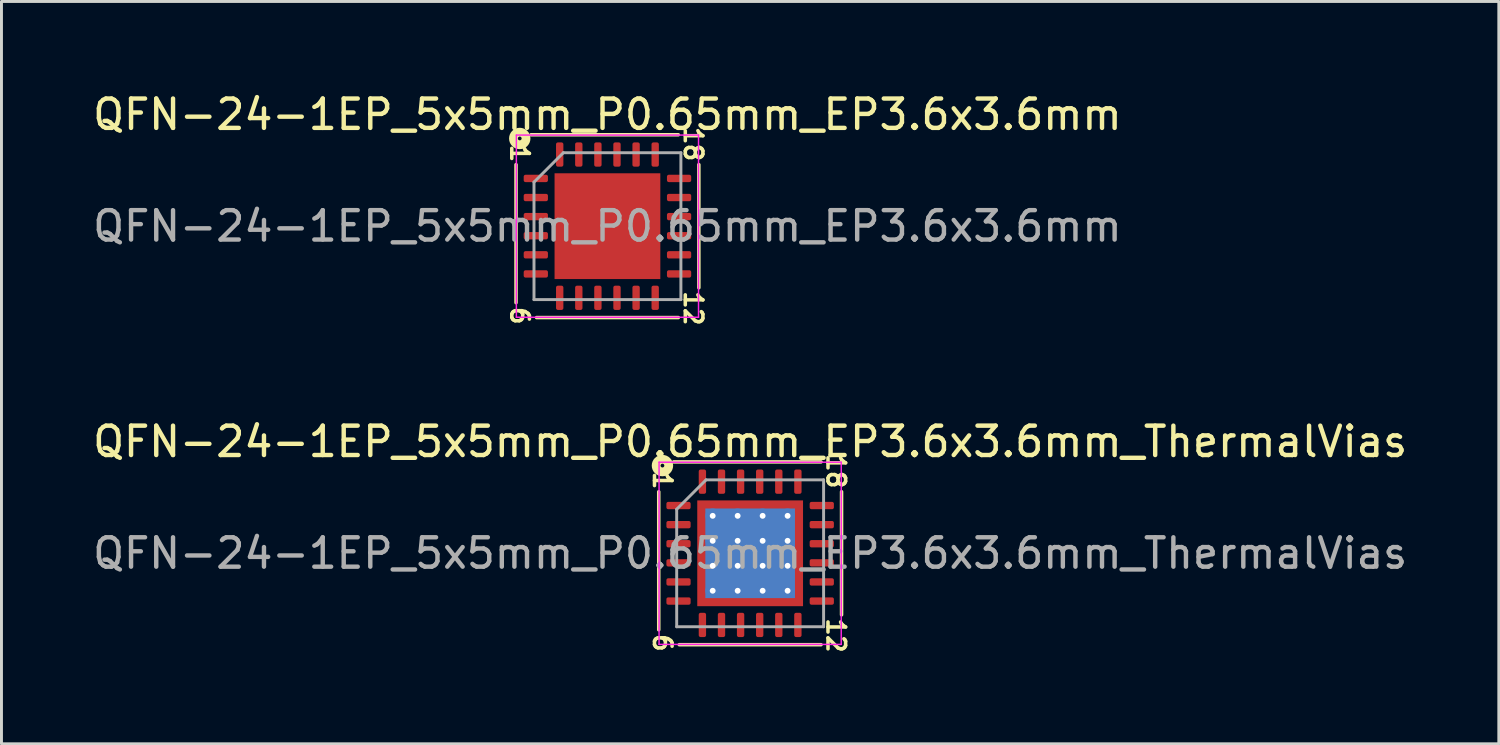
<source format=kicad_pcb>
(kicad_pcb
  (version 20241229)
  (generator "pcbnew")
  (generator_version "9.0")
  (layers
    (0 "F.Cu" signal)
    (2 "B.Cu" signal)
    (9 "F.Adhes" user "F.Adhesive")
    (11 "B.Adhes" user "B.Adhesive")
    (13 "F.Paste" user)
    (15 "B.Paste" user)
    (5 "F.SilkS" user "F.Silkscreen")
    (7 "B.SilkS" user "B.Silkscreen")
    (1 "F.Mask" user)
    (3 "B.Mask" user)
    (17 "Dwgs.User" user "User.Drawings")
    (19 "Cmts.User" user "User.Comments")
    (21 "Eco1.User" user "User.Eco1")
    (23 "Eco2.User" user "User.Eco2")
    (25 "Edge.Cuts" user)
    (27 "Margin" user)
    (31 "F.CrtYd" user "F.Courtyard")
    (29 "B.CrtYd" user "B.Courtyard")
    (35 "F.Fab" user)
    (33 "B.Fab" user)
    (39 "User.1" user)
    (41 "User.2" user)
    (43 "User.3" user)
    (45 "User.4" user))
  (footprint "QFN-24-1EP_5x5mm_P0.65mm_EP3.6x3.6mm_ThermalVias"
    (layer "F.Cu")
    (at 22.482 15.782)
    (property "Reference" "QFN-24-1EP_5x5mm_P0.65mm_EP3.6x3.6mm_ThermalVias" (at 0 -3.8 0) (layer "F.SilkS") (effects (font (size 1 1) (thickness 0.15))))
    (attr smd)
    (fp_line (start -3.111 -2.095) (end -3.111 2.603) (stroke (width 0.12) (type solid)) (layer "F.SilkS"))
    (fp_line (start -2.413 3.111) (end 2.413 3.111) (stroke (width 0.12) (type solid)) (layer "F.SilkS"))
    (fp_line (start 2.413 -3.111) (end -2.603 -3.111) (stroke (width 0.12) (type solid)) (layer "F.SilkS"))
    (fp_line (start 3.111 2.095) (end 3.111 -2.095) (stroke (width 0.12) (type solid)) (layer "F.SilkS"))
    (fp_circle (center -2.985 -2.985) (end -2.921 -2.985) (stroke (width 0.3) (type solid)) (fill no) (layer "F.SilkS"))
    (fp_line (start -3.1 -3.1) (end -3.1 3.1) (stroke (width 0.05) (type solid)) (layer "F.CrtYd"))
    (fp_line (start -3.1 3.1) (end 3.1 3.1) (stroke (width 0.05) (type solid)) (layer "F.CrtYd"))
    (fp_line (start 3.1 -3.1) (end -3.1 -3.1) (stroke (width 0.05) (type solid)) (layer "F.CrtYd"))
    (fp_line (start 3.1 3.1) (end 3.1 -3.1) (stroke (width 0.05) (type solid)) (layer "F.CrtYd"))
    (fp_line (start -2.5 -1.5) (end -1.5 -2.5) (stroke (width 0.1) (type solid)) (layer "F.Fab"))
    (fp_line (start -2.5 2.5) (end -2.5 -1.5) (stroke (width 0.1) (type solid)) (layer "F.Fab"))
    (fp_line (start -1.5 -2.5) (end 2.5 -2.5) (stroke (width 0.1) (type solid)) (layer "F.Fab"))
    (fp_line (start 2.5 -2.5) (end 2.5 2.5) (stroke (width 0.1) (type solid)) (layer "F.Fab"))
    (fp_line (start 2.5 2.5) (end -2.5 2.5) (stroke (width 0.1) (type solid)) (layer "F.Fab"))
    (fp_text user "1" (at -2.985 -2.477 270) (unlocked yes) (layer "F.SilkS") (effects (font (size 0.6 0.6) (thickness 0.12))))
    (fp_text user "12" (at 2.921 2.794 270) (unlocked yes) (layer "F.SilkS") (effects (font (size 0.6 0.6) (thickness 0.12))))
    (fp_text user "6" (at -2.985 3.048 270) (unlocked yes) (layer "F.SilkS") (effects (font (size 0.6 0.6) (thickness 0.12))))
    (fp_text user "18" (at 2.921 -2.794 270) (unlocked yes) (layer "F.SilkS") (effects (font (size 0.6 0.6) (thickness 0.12))))
    (fp_text user "${REFERENCE}" (at 0 0 0) (layer "F.Fab") (effects (font (size 1 1) (thickness 0.15))))
    (pad "" smd custom (at -1.538 -1.538) (size 0.295 0.295) (layers "F.Paste") (options (anchor circle)) (primitives (gr_poly (pts (xy 0.106 -0.013) (xy -0.013 0.106) (xy -0.106 0.106) (xy -0.106 -0.106) (xy 0.106 -0.106)) (width 0.212) (fill yes))))
    (pad "" smd custom (at -1.538 -0.85) (size 0.317 0.317) (layers "F.Paste") (options (anchor circle)) (primitives (gr_poly (pts (xy 0.106 -0.149) (xy 0.106 0.149) (xy 0.018 0.237) (xy -0.106 0.237) (xy -0.106 -0.237) (xy 0.018 -0.237)) (width 0.212) (fill yes))))
    (pad "" smd custom (at -1.538 0) (size 0.317 0.317) (layers "F.Paste") (options (anchor circle)) (primitives (gr_poly (pts (xy 0.106 -0.149) (xy 0.106 0.149) (xy 0.018 0.237) (xy -0.106 0.237) (xy -0.106 -0.237) (xy 0.018 -0.237)) (width 0.212) (fill yes))))
    (pad "" smd custom (at -1.538 0.85) (size 0.317 0.317) (layers "F.Paste") (options (anchor circle)) (primitives (gr_poly (pts (xy 0.106 -0.149) (xy 0.106 0.149) (xy 0.018 0.237) (xy -0.106 0.237) (xy -0.106 -0.237) (xy 0.018 -0.237)) (width 0.212) (fill yes))))
    (pad "" smd custom (at -1.538 1.538) (size 0.295 0.295) (layers "F.Paste") (options (anchor circle)) (primitives (gr_poly (pts (xy 0.106 0.013) (xy 0.106 0.106) (xy -0.106 0.106) (xy -0.106 -0.106) (xy -0.013 -0.106)) (width 0.212) (fill yes))))
    (pad "" smd custom (at -0.85 -1.538) (size 0.317 0.317) (layers "F.Paste") (options (anchor circle)) (primitives (gr_poly (pts (xy 0.237 0.018) (xy 0.149 0.106) (xy -0.149 0.106) (xy -0.237 0.018) (xy -0.237 -0.106) (xy 0.237 -0.106)) (width 0.212) (fill yes))))
    (pad "" smd custom (at -0.85 -0.85) (size 0.602 0.602) (layers "F.Paste") (options (anchor circle)) (primitives (gr_poly (pts (xy 0.259 -0.19) (xy 0.259 0.19) (xy 0.19 0.259) (xy -0.19 0.259) (xy -0.259 0.19) (xy -0.259 -0.19) (xy -0.19 -0.259) (xy 0.19 -0.259)) (width 0.167) (fill yes))))
    (pad "" smd custom (at -0.85 0) (size 0.602 0.602) (layers "F.Paste") (options (anchor circle)) (primitives (gr_poly (pts (xy 0.259 -0.19) (xy 0.259 0.19) (xy 0.19 0.259) (xy -0.19 0.259) (xy -0.259 0.19) (xy -0.259 -0.19) (xy -0.19 -0.259) (xy 0.19 -0.259)) (width 0.167) (fill yes))))
    (pad "" smd custom (at -0.85 0.85) (size 0.602 0.602) (layers "F.Paste") (options (anchor circle)) (primitives (gr_poly (pts (xy 0.259 -0.19) (xy 0.259 0.19) (xy 0.19 0.259) (xy -0.19 0.259) (xy -0.259 0.19) (xy -0.259 -0.19) (xy -0.19 -0.259) (xy 0.19 -0.259)) (width 0.167) (fill yes))))
    (pad "" smd custom (at -0.85 1.538) (size 0.317 0.317) (layers "F.Paste") (options (anchor circle)) (primitives (gr_poly (pts (xy 0.237 -0.018) (xy 0.237 0.106) (xy -0.237 0.106) (xy -0.237 -0.018) (xy -0.149 -0.106) (xy 0.149 -0.106)) (width 0.212) (fill yes))))
    (pad "" smd custom (at 0 -1.538) (size 0.317 0.317) (layers "F.Paste") (options (anchor circle)) (primitives (gr_poly (pts (xy 0.237 0.018) (xy 0.149 0.106) (xy -0.149 0.106) (xy -0.237 0.018) (xy -0.237 -0.106) (xy 0.237 -0.106)) (width 0.212) (fill yes))))
    (pad "" smd custom (at 0 -0.85) (size 0.602 0.602) (layers "F.Paste") (options (anchor circle)) (primitives (gr_poly (pts (xy 0.259 -0.19) (xy 0.259 0.19) (xy 0.19 0.259) (xy -0.19 0.259) (xy -0.259 0.19) (xy -0.259 -0.19) (xy -0.19 -0.259) (xy 0.19 -0.259)) (width 0.167) (fill yes))))
    (pad "" smd custom (at 0 0) (size 0.602 0.602) (layers "F.Paste") (options (anchor circle)) (primitives (gr_poly (pts (xy 0.259 -0.19) (xy 0.259 0.19) (xy 0.19 0.259) (xy -0.19 0.259) (xy -0.259 0.19) (xy -0.259 -0.19) (xy -0.19 -0.259) (xy 0.19 -0.259)) (width 0.167) (fill yes))))
    (pad "" smd custom (at 0 0.85) (size 0.602 0.602) (layers "F.Paste") (options (anchor circle)) (primitives (gr_poly (pts (xy 0.259 -0.19) (xy 0.259 0.19) (xy 0.19 0.259) (xy -0.19 0.259) (xy -0.259 0.19) (xy -0.259 -0.19) (xy -0.19 -0.259) (xy 0.19 -0.259)) (width 0.167) (fill yes))))
    (pad "" smd custom (at 0 1.538) (size 0.317 0.317) (layers "F.Paste") (options (anchor circle)) (primitives (gr_poly (pts (xy 0.237 -0.018) (xy 0.237 0.106) (xy -0.237 0.106) (xy -0.237 -0.018) (xy -0.149 -0.106) (xy 0.149 -0.106)) (width 0.212) (fill yes))))
    (pad "" smd custom (at 0.85 -1.538) (size 0.317 0.317) (layers "F.Paste") (options (anchor circle)) (primitives (gr_poly (pts (xy 0.237 0.018) (xy 0.149 0.106) (xy -0.149 0.106) (xy -0.237 0.018) (xy -0.237 -0.106) (xy 0.237 -0.106)) (width 0.212) (fill yes))))
    (pad "" smd custom (at 0.85 -0.85) (size 0.602 0.602) (layers "F.Paste") (options (anchor circle)) (primitives (gr_poly (pts (xy 0.259 -0.19) (xy 0.259 0.19) (xy 0.19 0.259) (xy -0.19 0.259) (xy -0.259 0.19) (xy -0.259 -0.19) (xy -0.19 -0.259) (xy 0.19 -0.259)) (width 0.167) (fill yes))))
    (pad "" smd custom (at 0.85 0) (size 0.602 0.602) (layers "F.Paste") (options (anchor circle)) (primitives (gr_poly (pts (xy 0.259 -0.19) (xy 0.259 0.19) (xy 0.19 0.259) (xy -0.19 0.259) (xy -0.259 0.19) (xy -0.259 -0.19) (xy -0.19 -0.259) (xy 0.19 -0.259)) (width 0.167) (fill yes))))
    (pad "" smd custom (at 0.85 0.85) (size 0.602 0.602) (layers "F.Paste") (options (anchor circle)) (primitives (gr_poly (pts (xy 0.259 -0.19) (xy 0.259 0.19) (xy 0.19 0.259) (xy -0.19 0.259) (xy -0.259 0.19) (xy -0.259 -0.19) (xy -0.19 -0.259) (xy 0.19 -0.259)) (width 0.167) (fill yes))))
    (pad "" smd custom (at 0.85 1.538) (size 0.317 0.317) (layers "F.Paste") (options (anchor circle)) (primitives (gr_poly (pts (xy 0.237 -0.018) (xy 0.237 0.106) (xy -0.237 0.106) (xy -0.237 -0.018) (xy -0.149 -0.106) (xy 0.149 -0.106)) (width 0.212) (fill yes))))
    (pad "" smd custom (at 1.538 -1.538) (size 0.295 0.295) (layers "F.Paste") (options (anchor circle)) (primitives (gr_poly (pts (xy 0.106 0.106) (xy 0.013 0.106) (xy -0.106 -0.013) (xy -0.106 -0.106) (xy 0.106 -0.106)) (width 0.212) (fill yes))))
    (pad "" smd custom (at 1.538 -0.85) (size 0.317 0.317) (layers "F.Paste") (options (anchor circle)) (primitives (gr_poly (pts (xy 0.106 0.237) (xy -0.018 0.237) (xy -0.106 0.149) (xy -0.106 -0.149) (xy -0.018 -0.237) (xy 0.106 -0.237)) (width 0.212) (fill yes))))
    (pad "" smd custom (at 1.538 0) (size 0.317 0.317) (layers "F.Paste") (options (anchor circle)) (primitives (gr_poly (pts (xy 0.106 0.237) (xy -0.018 0.237) (xy -0.106 0.149) (xy -0.106 -0.149) (xy -0.018 -0.237) (xy 0.106 -0.237)) (width 0.212) (fill yes))))
    (pad "" smd custom (at 1.538 0.85) (size 0.317 0.317) (layers "F.Paste") (options (anchor circle)) (primitives (gr_poly (pts (xy 0.106 0.237) (xy -0.018 0.237) (xy -0.106 0.149) (xy -0.106 -0.149) (xy -0.018 -0.237) (xy 0.106 -0.237)) (width 0.212) (fill yes))))
    (pad "" smd custom (at 1.538 1.538) (size 0.295 0.295) (layers "F.Paste") (options (anchor circle)) (primitives (gr_poly (pts (xy 0.106 0.106) (xy -0.106 0.106) (xy -0.106 0.013) (xy 0.013 -0.106) (xy 0.106 -0.106)) (width 0.212) (fill yes))))
    (pad "1" smd roundrect (at -2.438 -1.625) (size 0.825 0.25) (layers "F.Cu" "F.Mask" "F.Paste") (roundrect_rratio 0.25))
    (pad "2" smd roundrect (at -2.438 -0.975) (size 0.825 0.25) (layers "F.Cu" "F.Mask" "F.Paste") (roundrect_rratio 0.25))
    (pad "3" smd roundrect (at -2.438 -0.325) (size 0.825 0.25) (layers "F.Cu" "F.Mask" "F.Paste") (roundrect_rratio 0.25))
    (pad "4" smd roundrect (at -2.438 0.325) (size 0.825 0.25) (layers "F.Cu" "F.Mask" "F.Paste") (roundrect_rratio 0.25))
    (pad "5" smd roundrect (at -2.438 0.975) (size 0.825 0.25) (layers "F.Cu" "F.Mask" "F.Paste") (roundrect_rratio 0.25))
    (pad "6" smd roundrect (at -2.438 1.625) (size 0.825 0.25) (layers "F.Cu" "F.Mask" "F.Paste") (roundrect_rratio 0.25))
    (pad "7" smd roundrect (at -1.625 2.438) (size 0.25 0.825) (layers "F.Cu" "F.Mask" "F.Paste") (roundrect_rratio 0.25))
    (pad "8" smd roundrect (at -0.975 2.438) (size 0.25 0.825) (layers "F.Cu" "F.Mask" "F.Paste") (roundrect_rratio 0.25))
    (pad "9" smd roundrect (at -0.325 2.438) (size 0.25 0.825) (layers "F.Cu" "F.Mask" "F.Paste") (roundrect_rratio 0.25))
    (pad "10" smd roundrect (at 0.325 2.438) (size 0.25 0.825) (layers "F.Cu" "F.Mask" "F.Paste") (roundrect_rratio 0.25))
    (pad "11" smd roundrect (at 0.975 2.438) (size 0.25 0.825) (layers "F.Cu" "F.Mask" "F.Paste") (roundrect_rratio 0.25))
    (pad "12" smd roundrect (at 1.625 2.438) (size 0.25 0.825) (layers "F.Cu" "F.Mask" "F.Paste") (roundrect_rratio 0.25))
    (pad "13" smd roundrect (at 2.438 1.625) (size 0.825 0.25) (layers "F.Cu" "F.Mask" "F.Paste") (roundrect_rratio 0.25))
    (pad "14" smd roundrect (at 2.438 0.975) (size 0.825 0.25) (layers "F.Cu" "F.Mask" "F.Paste") (roundrect_rratio 0.25))
    (pad "15" smd roundrect (at 2.438 0.325) (size 0.825 0.25) (layers "F.Cu" "F.Mask" "F.Paste") (roundrect_rratio 0.25))
    (pad "16" smd roundrect (at 2.438 -0.325) (size 0.825 0.25) (layers "F.Cu" "F.Mask" "F.Paste") (roundrect_rratio 0.25))
    (pad "17" smd roundrect (at 2.438 -0.975) (size 0.825 0.25) (layers "F.Cu" "F.Mask" "F.Paste") (roundrect_rratio 0.25))
    (pad "18" smd roundrect (at 2.438 -1.625) (size 0.825 0.25) (layers "F.Cu" "F.Mask" "F.Paste") (roundrect_rratio 0.25))
    (pad "19" smd roundrect (at 1.625 -2.438) (size 0.25 0.825) (layers "F.Cu" "F.Mask" "F.Paste") (roundrect_rratio 0.25))
    (pad "20" smd roundrect (at 0.975 -2.438) (size 0.25 0.825) (layers "F.Cu" "F.Mask" "F.Paste") (roundrect_rratio 0.25))
    (pad "21" smd roundrect (at 0.325 -2.438) (size 0.25 0.825) (layers "F.Cu" "F.Mask" "F.Paste") (roundrect_rratio 0.25))
    (pad "22" smd roundrect (at -0.325 -2.438) (size 0.25 0.825) (layers "F.Cu" "F.Mask" "F.Paste") (roundrect_rratio 0.25))
    (pad "23" smd roundrect (at -0.975 -2.438) (size 0.25 0.825) (layers "F.Cu" "F.Mask" "F.Paste") (roundrect_rratio 0.25))
    (pad "24" smd roundrect (at -1.625 -2.438) (size 0.25 0.825) (layers "F.Cu" "F.Mask" "F.Paste") (roundrect_rratio 0.25))
    (pad "25" thru_hole circle (at -1.275 -1.275) (size 0.5 0.5) (drill 0.2) (layers "*.Cu"))
    (pad "25" thru_hole circle (at -1.275 -0.425) (size 0.5 0.5) (drill 0.2) (layers "*.Cu"))
    (pad "25" thru_hole circle (at -1.275 0.425) (size 0.5 0.5) (drill 0.2) (layers "*.Cu"))
    (pad "25" thru_hole circle (at -1.275 1.275) (size 0.5 0.5) (drill 0.2) (layers "*.Cu"))
    (pad "25" thru_hole circle (at -0.425 -1.275) (size 0.5 0.5) (drill 0.2) (layers "*.Cu"))
    (pad "25" thru_hole circle (at -0.425 -0.425) (size 0.5 0.5) (drill 0.2) (layers "*.Cu"))
    (pad "25" thru_hole circle (at -0.425 0.425) (size 0.5 0.5) (drill 0.2) (layers "*.Cu"))
    (pad "25" thru_hole circle (at -0.425 1.275) (size 0.5 0.5) (drill 0.2) (layers "*.Cu"))
    (pad "25" smd rect (at 0 0) (size 3.05 3.05) (layers "B.Cu" "B.Mask"))
    (pad "25" smd rect (at 0 0) (size 3.6 3.6) (layers "F.Cu" "F.Mask"))
    (pad "25" thru_hole circle (at 0.425 -1.275) (size 0.5 0.5) (drill 0.2) (layers "*.Cu"))
    (pad "25" thru_hole circle (at 0.425 -0.425) (size 0.5 0.5) (drill 0.2) (layers "*.Cu"))
    (pad "25" thru_hole circle (at 0.425 0.425) (size 0.5 0.5) (drill 0.2) (layers "*.Cu"))
    (pad "25" thru_hole circle (at 0.425 1.275) (size 0.5 0.5) (drill 0.2) (layers "*.Cu"))
    (pad "25" thru_hole circle (at 1.275 -1.275) (size 0.5 0.5) (drill 0.2) (layers "*.Cu"))
    (pad "25" thru_hole circle (at 1.275 -0.425) (size 0.5 0.5) (drill 0.2) (layers "*.Cu"))
    (pad "25" thru_hole circle (at 1.275 0.425) (size 0.5 0.5) (drill 0.2) (layers "*.Cu"))
    (pad "25" thru_hole circle (at 1.275 1.275) (size 0.5 0.5) (drill 0.2) (layers "*.Cu")))
  (footprint "QFN-24-1EP_5x5mm_P0.65mm_EP3.6x3.6mm"
    (layer "F.Cu")
    (at 17.625 4.648)
    (property "Reference" "QFN-24-1EP_5x5mm_P0.65mm_EP3.6x3.6mm" (at 0 -3.8 0) (layer "F.SilkS") (effects (font (size 1 1) (thickness 0.15))))
    (attr smd)
    (fp_line (start -3.111 -2.095) (end -3.111 2.603) (stroke (width 0.12) (type solid)) (layer "F.SilkS"))
    (fp_line (start -2.413 3.111) (end 2.413 3.111) (stroke (width 0.12) (type solid)) (layer "F.SilkS"))
    (fp_line (start 2.413 -3.111) (end -2.603 -3.111) (stroke (width 0.12) (type solid)) (layer "F.SilkS"))
    (fp_line (start 3.111 2.095) (end 3.111 -2.095) (stroke (width 0.12) (type solid)) (layer "F.SilkS"))
    (fp_circle (center -2.985 -2.985) (end -2.921 -2.985) (stroke (width 0.3) (type solid)) (fill no) (layer "F.SilkS"))
    (fp_line (start -3.1 -3.1) (end -3.1 3.1) (stroke (width 0.05) (type solid)) (layer "F.CrtYd"))
    (fp_line (start -3.1 3.1) (end 3.1 3.1) (stroke (width 0.05) (type solid)) (layer "F.CrtYd"))
    (fp_line (start 3.1 -3.1) (end -3.1 -3.1) (stroke (width 0.05) (type solid)) (layer "F.CrtYd"))
    (fp_line (start 3.1 3.1) (end 3.1 -3.1) (stroke (width 0.05) (type solid)) (layer "F.CrtYd"))
    (fp_line (start -2.5 -1.5) (end -1.5 -2.5) (stroke (width 0.1) (type solid)) (layer "F.Fab"))
    (fp_line (start -2.5 2.5) (end -2.5 -1.5) (stroke (width 0.1) (type solid)) (layer "F.Fab"))
    (fp_line (start -1.5 -2.5) (end 2.5 -2.5) (stroke (width 0.1) (type solid)) (layer "F.Fab"))
    (fp_line (start 2.5 -2.5) (end 2.5 2.5) (stroke (width 0.1) (type solid)) (layer "F.Fab"))
    (fp_line (start 2.5 2.5) (end -2.5 2.5) (stroke (width 0.1) (type solid)) (layer "F.Fab"))
    (fp_text user "18" (at 2.921 -2.794 270) (unlocked yes) (layer "F.SilkS") (effects (font (size 0.6 0.6) (thickness 0.12))))
    (fp_text user "12" (at 2.921 2.794 270) (unlocked yes) (layer "F.SilkS") (effects (font (size 0.6 0.6) (thickness 0.12))))
    (fp_text user "1" (at -2.985 -2.477 270) (unlocked yes) (layer "F.SilkS") (effects (font (size 0.6 0.6) (thickness 0.12))))
    (fp_text user "6" (at -2.985 3.048 270) (unlocked yes) (layer "F.SilkS") (effects (font (size 0.6 0.6) (thickness 0.12))))
    (fp_text user "${REFERENCE}" (at 0 0 0) (layer "F.Fab") (effects (font (size 1 1) (thickness 0.15))))
    (pad "" smd roundrect (at -1.2 -1.2) (size 0.97 0.97) (layers "F.Paste") (roundrect_rratio 0.25))
    (pad "" smd roundrect (at -1.2 0) (size 0.97 0.97) (layers "F.Paste") (roundrect_rratio 0.25))
    (pad "" smd roundrect (at -1.2 1.2) (size 0.97 0.97) (layers "F.Paste") (roundrect_rratio 0.25))
    (pad "" smd roundrect (at 0 -1.2) (size 0.97 0.97) (layers "F.Paste") (roundrect_rratio 0.25))
    (pad "" smd roundrect (at 0 0) (size 0.97 0.97) (layers "F.Paste") (roundrect_rratio 0.25))
    (pad "" smd roundrect (at 0 1.2) (size 0.97 0.97) (layers "F.Paste") (roundrect_rratio 0.25))
    (pad "" smd roundrect (at 1.2 -1.2) (size 0.97 0.97) (layers "F.Paste") (roundrect_rratio 0.25))
    (pad "" smd roundrect (at 1.2 0) (size 0.97 0.97) (layers "F.Paste") (roundrect_rratio 0.25))
    (pad "" smd roundrect (at 1.2 1.2) (size 0.97 0.97) (layers "F.Paste") (roundrect_rratio 0.25))
    (pad "1" smd roundrect (at -2.438 -1.625) (size 0.825 0.25) (layers "F.Cu" "F.Mask" "F.Paste") (roundrect_rratio 0.25))
    (pad "2" smd roundrect (at -2.438 -0.975) (size 0.825 0.25) (layers "F.Cu" "F.Mask" "F.Paste") (roundrect_rratio 0.25))
    (pad "3" smd roundrect (at -2.438 -0.325) (size 0.825 0.25) (layers "F.Cu" "F.Mask" "F.Paste") (roundrect_rratio 0.25))
    (pad "4" smd roundrect (at -2.438 0.325) (size 0.825 0.25) (layers "F.Cu" "F.Mask" "F.Paste") (roundrect_rratio 0.25))
    (pad "5" smd roundrect (at -2.438 0.975) (size 0.825 0.25) (layers "F.Cu" "F.Mask" "F.Paste") (roundrect_rratio 0.25))
    (pad "6" smd roundrect (at -2.438 1.625) (size 0.825 0.25) (layers "F.Cu" "F.Mask" "F.Paste") (roundrect_rratio 0.25))
    (pad "7" smd roundrect (at -1.625 2.438) (size 0.25 0.825) (layers "F.Cu" "F.Mask" "F.Paste") (roundrect_rratio 0.25))
    (pad "8" smd roundrect (at -0.975 2.438) (size 0.25 0.825) (layers "F.Cu" "F.Mask" "F.Paste") (roundrect_rratio 0.25))
    (pad "9" smd roundrect (at -0.325 2.438) (size 0.25 0.825) (layers "F.Cu" "F.Mask" "F.Paste") (roundrect_rratio 0.25))
    (pad "10" smd roundrect (at 0.325 2.438) (size 0.25 0.825) (layers "F.Cu" "F.Mask" "F.Paste") (roundrect_rratio 0.25))
    (pad "11" smd roundrect (at 0.975 2.438) (size 0.25 0.825) (layers "F.Cu" "F.Mask" "F.Paste") (roundrect_rratio 0.25))
    (pad "12" smd roundrect (at 1.625 2.438) (size 0.25 0.825) (layers "F.Cu" "F.Mask" "F.Paste") (roundrect_rratio 0.25))
    (pad "13" smd roundrect (at 2.438 1.625) (size 0.825 0.25) (layers "F.Cu" "F.Mask" "F.Paste") (roundrect_rratio 0.25))
    (pad "14" smd roundrect (at 2.438 0.975) (size 0.825 0.25) (layers "F.Cu" "F.Mask" "F.Paste") (roundrect_rratio 0.25))
    (pad "15" smd roundrect (at 2.438 0.325) (size 0.825 0.25) (layers "F.Cu" "F.Mask" "F.Paste") (roundrect_rratio 0.25))
    (pad "16" smd roundrect (at 2.438 -0.325) (size 0.825 0.25) (layers "F.Cu" "F.Mask" "F.Paste") (roundrect_rratio 0.25))
    (pad "17" smd roundrect (at 2.438 -0.975) (size 0.825 0.25) (layers "F.Cu" "F.Mask" "F.Paste") (roundrect_rratio 0.25))
    (pad "18" smd roundrect (at 2.438 -1.625) (size 0.825 0.25) (layers "F.Cu" "F.Mask" "F.Paste") (roundrect_rratio 0.25))
    (pad "19" smd roundrect (at 1.625 -2.438) (size 0.25 0.825) (layers "F.Cu" "F.Mask" "F.Paste") (roundrect_rratio 0.25))
    (pad "20" smd roundrect (at 0.975 -2.438) (size 0.25 0.825) (layers "F.Cu" "F.Mask" "F.Paste") (roundrect_rratio 0.25))
    (pad "21" smd roundrect (at 0.325 -2.438) (size 0.25 0.825) (layers "F.Cu" "F.Mask" "F.Paste") (roundrect_rratio 0.25))
    (pad "22" smd roundrect (at -0.325 -2.438) (size 0.25 0.825) (layers "F.Cu" "F.Mask" "F.Paste") (roundrect_rratio 0.25))
    (pad "23" smd roundrect (at -0.975 -2.438) (size 0.25 0.825) (layers "F.Cu" "F.Mask" "F.Paste") (roundrect_rratio 0.25))
    (pad "24" smd roundrect (at -1.625 -2.438) (size 0.25 0.825) (layers "F.Cu" "F.Mask" "F.Paste") (roundrect_rratio 0.25))
    (pad "25" smd rect (at 0 0) (size 3.6 3.6) (layers "F.Cu" "F.Mask")))
  (gr_rect
    (start -3 -3)
    (end 47.964 22.267)
    (stroke (width 0.1) (type default))
    (fill no)
    (layer "Edge.Cuts")))
</source>
